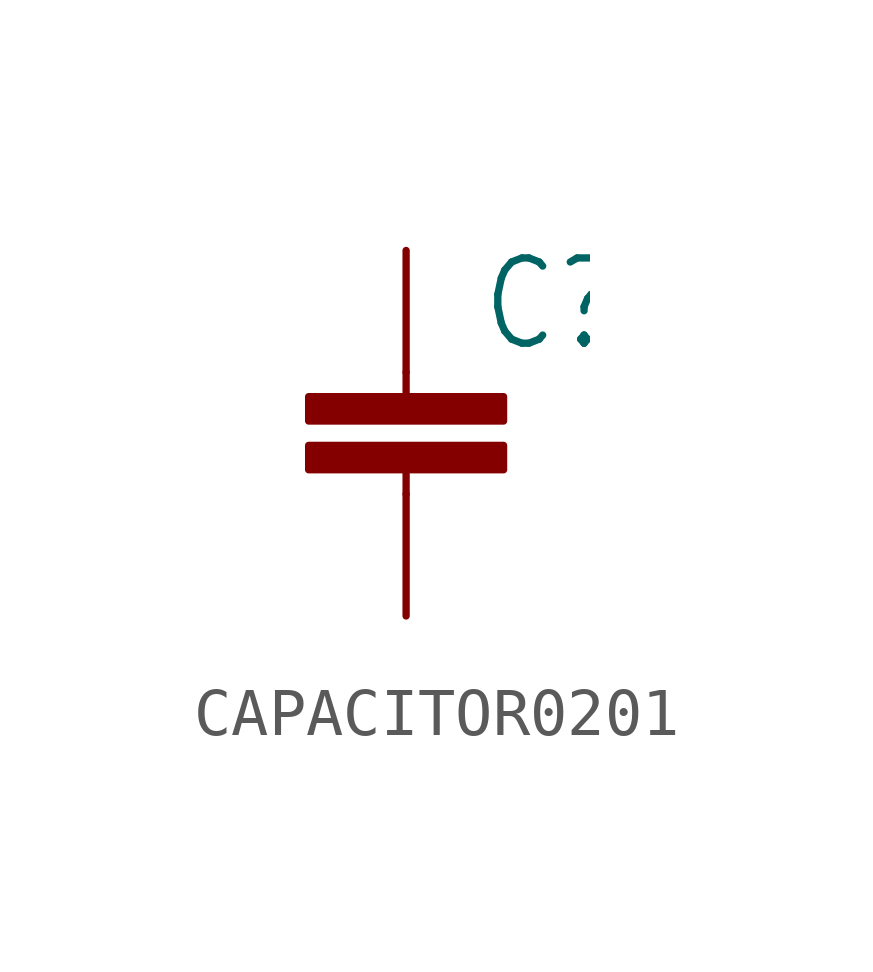
<source format=kicad_sym>
(kicad_symbol_lib
  (version 20241209)
  (generator "kicad_symbol_editor")
  (generator_version "9.0")
  (symbol "CAPACITOR0201"
    (property "Reference" "C"
      (at 1.524 2.921 0)
      (effects (font (size 1.778 1.511)) (justify left bottom)))
    (property "Value" ""
      (at 1.524 -2.159 0)
      (effects (font (size 1.778 1.511)) (justify left bottom)))
    (property "ki_locked" ""
      (at 0 0 0)
      (effects (font (size 1.27 1.27))))
    (symbol "CAPACITOR0201_1_0"
      (rectangle (start -2.032 1.524) (end 2.032 2.032) (stroke (width 0) (type default)) (fill (type outline)))
      (rectangle (start -2.032 0.508) (end 2.032 1.016) (stroke (width 0) (type default)) (fill (type outline)))
      (polyline (pts (xy 0 2.54) (xy 0 2.032)) (stroke (width 0.152) (type solid)) (fill (type none)))
      (polyline (pts (xy 0 0) (xy 0 0.508)) (stroke (width 0.152) (type solid)) (fill (type none)))
      (pin passive line (at 0 5.08 270) (length 2.54) (name "1" (effects (font (size 0 0)))) (number "1" (effects (font (size 0 0)))))
      (pin passive line (at 0 -2.54 90) (length 2.54) (name "2" (effects (font (size 0 0)))) (number "2" (effects (font (size 0 0))))))))
</source>
